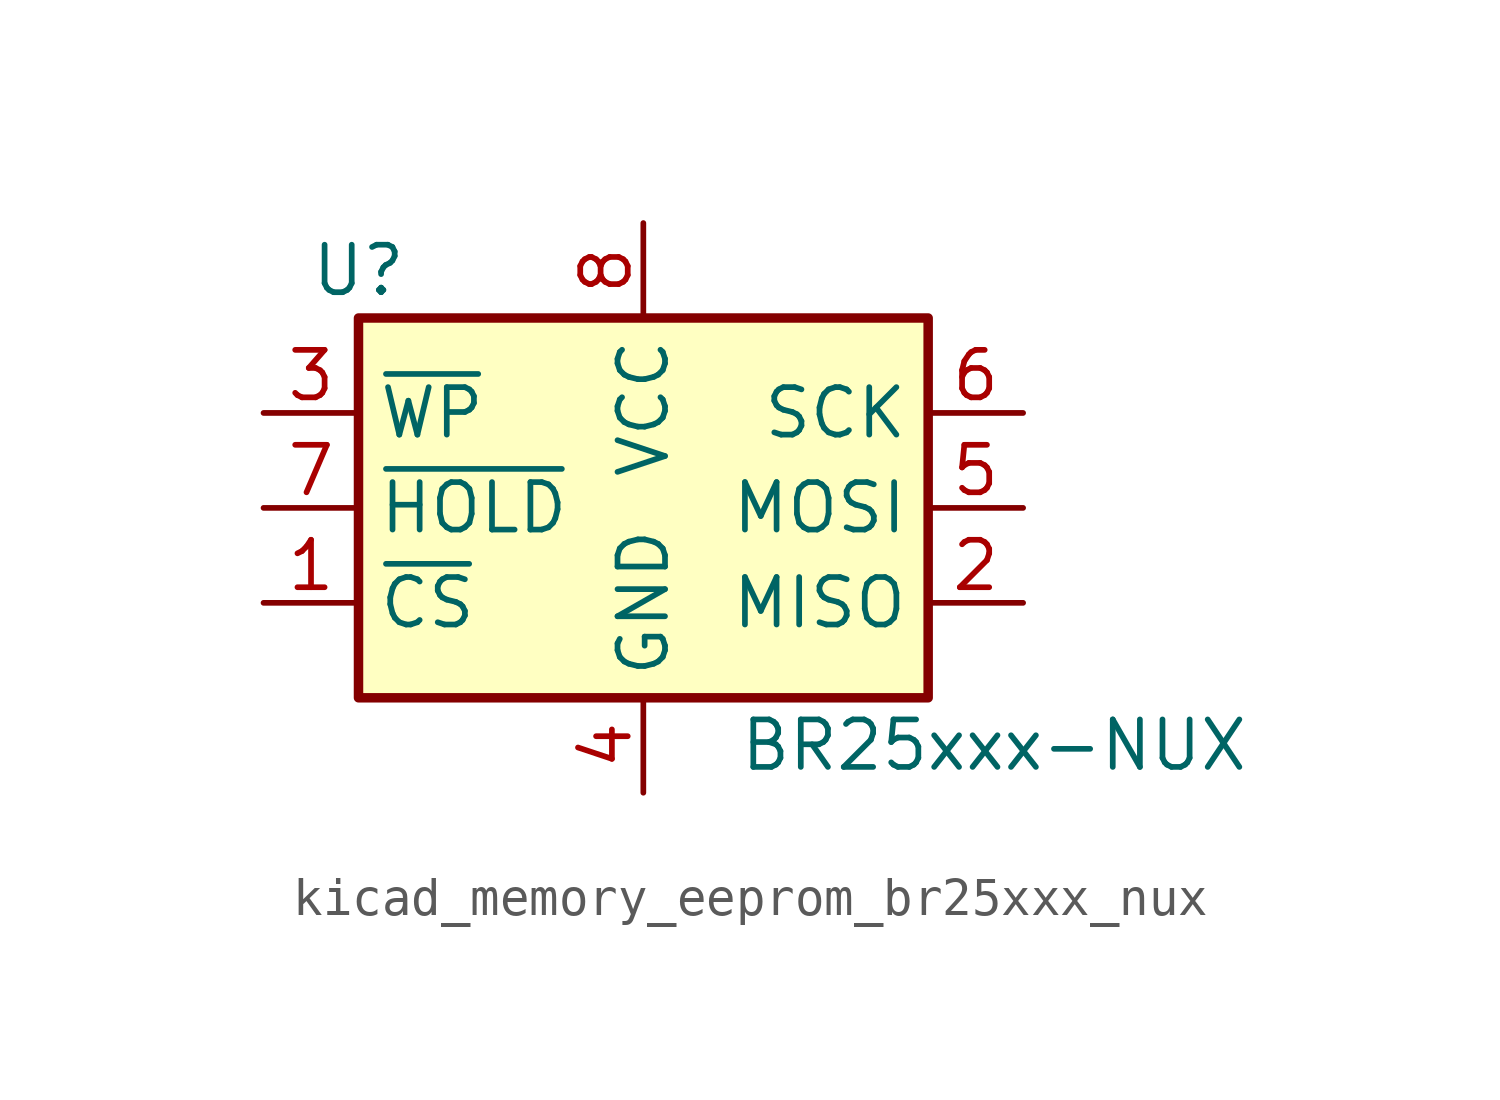
<source format=kicad_sym>
(kicad_symbol_lib
  (version 20220914)
  (generator kicad_symbol_editor)
  (symbol "kicad_memory_eeprom_br25xxx_nux"
    (property "Reference" "U"
      (at -7.62 6.35 0)
      (effects (font (size 1.27 1.27))))
    (property "Value" "BR25xxx-NUX"
      (at 2.54 -6.35 0)
      (effects (font (size 1.27 1.27)) (justify left)))
    (symbol "kicad_memory_eeprom_br25xxx_nux_1_1"
      (rectangle (start -7.62 5.08) (end 7.62 -5.08) (stroke (width 0.254) (type default)) (fill (type background)))
      (pin input line (at -10.16 -2.54 0) (length 2.54) (name "~{CS}" (effects (font (size 1.27 1.27)))) (number "1" (effects (font (size 1.27 1.27)))))
      (pin tri_state line (at 10.16 -2.54 180) (length 2.54) (name "MISO" (effects (font (size 1.27 1.27)))) (number "2" (effects (font (size 1.27 1.27)))))
      (pin input line (at -10.16 2.54 0) (length 2.54) (name "~{WP}" (effects (font (size 1.27 1.27)))) (number "3" (effects (font (size 1.27 1.27)))))
      (pin power_in line (at 0 -7.62 90) (length 2.54) (name "GND" (effects (font (size 1.27 1.27)))) (number "4" (effects (font (size 1.27 1.27)))))
      (pin input line (at 10.16 0 180) (length 2.54) (name "MOSI" (effects (font (size 1.27 1.27)))) (number "5" (effects (font (size 1.27 1.27)))))
      (pin input line (at 10.16 2.54 180) (length 2.54) (name "SCK" (effects (font (size 1.27 1.27)))) (number "6" (effects (font (size 1.27 1.27)))))
      (pin input line (at -10.16 0 0) (length 2.54) (name "~{HOLD}" (effects (font (size 1.27 1.27)))) (number "7" (effects (font (size 1.27 1.27)))))
      (pin power_in line (at 0 7.62 270) (length 2.54) (name "VCC" (effects (font (size 1.27 1.27)))) (number "8" (effects (font (size 1.27 1.27)))))
      (pin passive line (at 0 -7.62 90) (length 2.54) hide (name "GND" (effects (font (size 1.27 1.27)))) (number "9" (effects (font (size 1.27 1.27))))))))
</source>
